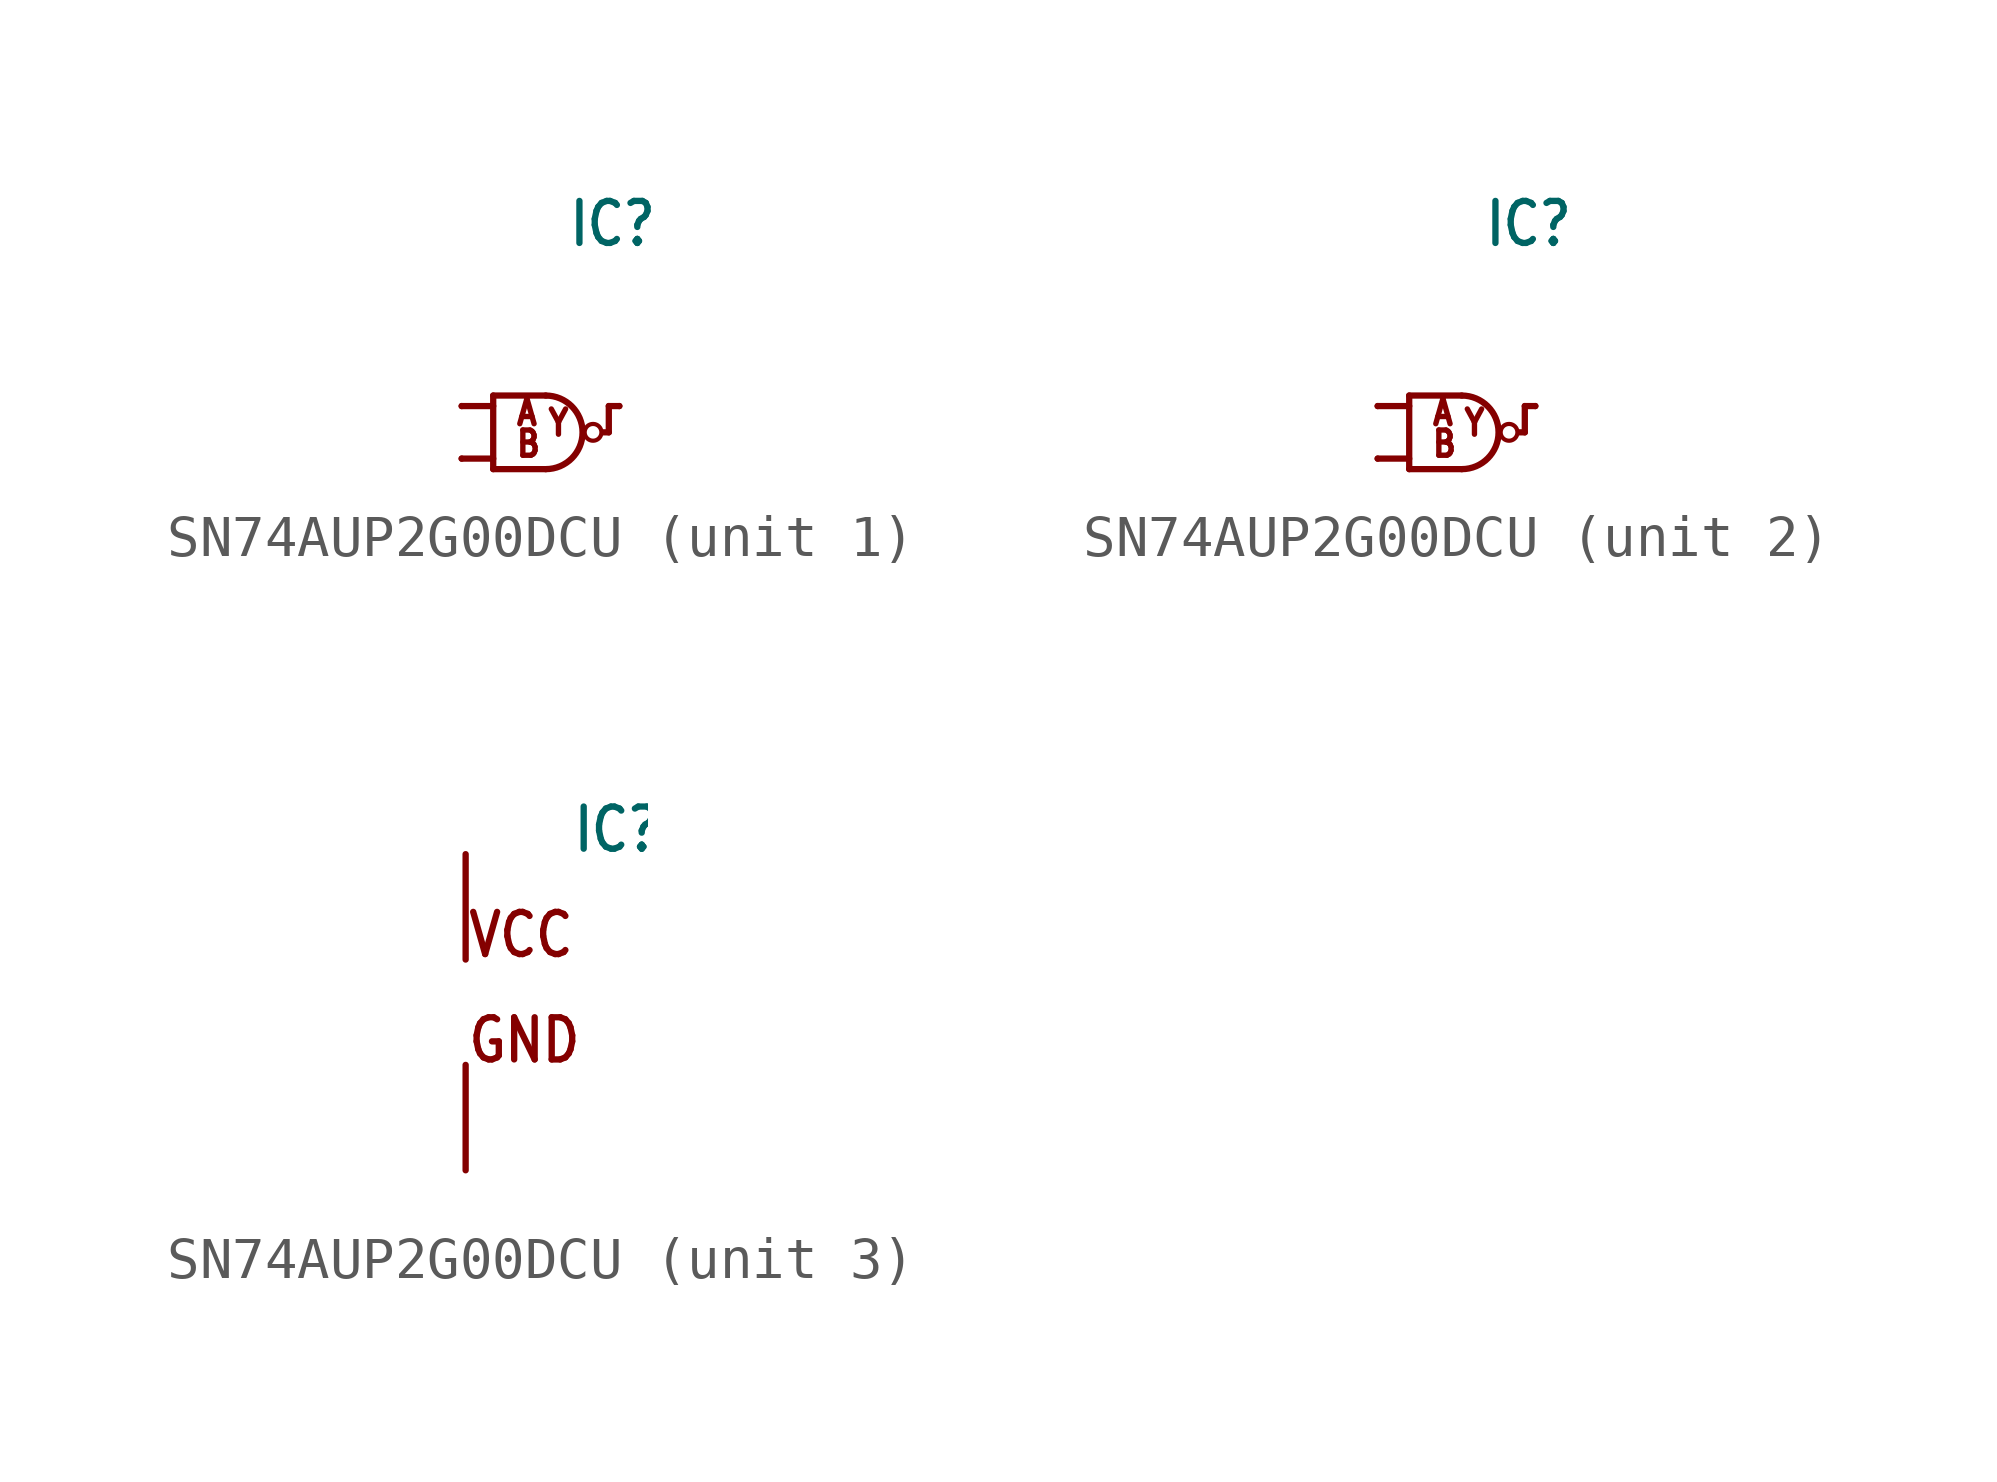
<source format=kicad_sym>
(kicad_symbol_lib
  (version 20211014)
  (generator kicad_symbol_editor)
  (symbol "SN74AUP2G00DCU"
    (property "Reference" "IC"
      (at 2.54 5.08 0)
      (effects (font (size 1.016 0.864)) (justify left bottom)))
    (property "ki_locked" ""
      (at 0 0 0)
      (effects (font (size 1.27 1.27))))
    (symbol "SN74AUP2G00DCU_1_0"
      (polyline (pts (xy 0 0) (xy 0.762 0)) (stroke (width 0.152) (type default) (color 0 0 0 0)) (fill (type none)))
      (polyline (pts (xy 0 1.27) (xy 0.762 1.27)) (stroke (width 0.152) (type default) (color 0 0 0 0)) (fill (type none)))
      (polyline (pts (xy 0.762 -0.254) (xy 2.032 -0.254)) (stroke (width 0.152) (type default) (color 0 0 0 0)) (fill (type none)))
      (polyline (pts (xy 0.762 1.524) (xy 0.762 -0.254)) (stroke (width 0.152) (type default) (color 0 0 0 0)) (fill (type none)))
      (polyline (pts (xy 0.762 1.524) (xy 2.032 1.524)) (stroke (width 0.152) (type default) (color 0 0 0 0)) (fill (type none)))
      (polyline (pts (xy 3.429 0.635) (xy 3.556 0.635)) (stroke (width 0.152) (type default) (color 0 0 0 0)) (fill (type none)))
      (polyline (pts (xy 3.556 1.27) (xy 3.556 0.635)) (stroke (width 0.152) (type default) (color 0 0 0 0)) (fill (type none)))
      (polyline (pts (xy 3.556 1.27) (xy 3.81 1.27)) (stroke (width 0.152) (type default) (color 0 0 0 0)) (fill (type none)))
      (arc (start 2.032 -0.254) (mid 2.921 0.635) (end 2.032 1.524) (stroke (width 0.1524) (type default) (color 0 0 0 0)) (fill (type none)))
      (circle (center 3.175 0.635) (radius 0.203) (stroke (width 0.102) (type default) (color 0 0 0 0)) (fill (type none)))
      (text "A" (at 1.27 0.762 0) (effects (font (size 0.61 0.518)) (justify left bottom)))
      (text "B" (at 1.27 0 0) (effects (font (size 0.61 0.518)) (justify left bottom)))
      (text "Y" (at 2.032 0.508 0) (effects (font (size 0.61 0.518)) (justify left bottom)))
      (pin input line (at 0 1.27 0) (length 0) (name "A" (effects (font (size 0 0)))) (number "1" (effects (font (size 0 0)))))
      (pin input line (at 0 0 0) (length 0) (name "B" (effects (font (size 0 0)))) (number "2" (effects (font (size 0 0)))))
      (pin output line (at 3.81 1.27 180) (length 0) (name "Y" (effects (font (size 0 0)))) (number "3" (effects (font (size 0 0))))))
    (symbol "SN74AUP2G00DCU_2_0"
      (polyline (pts (xy 0 0) (xy 0.762 0)) (stroke (width 0.152) (type default) (color 0 0 0 0)) (fill (type none)))
      (polyline (pts (xy 0 1.27) (xy 0.762 1.27)) (stroke (width 0.152) (type default) (color 0 0 0 0)) (fill (type none)))
      (polyline (pts (xy 0.762 -0.254) (xy 2.032 -0.254)) (stroke (width 0.152) (type default) (color 0 0 0 0)) (fill (type none)))
      (polyline (pts (xy 0.762 1.524) (xy 0.762 -0.254)) (stroke (width 0.152) (type default) (color 0 0 0 0)) (fill (type none)))
      (polyline (pts (xy 0.762 1.524) (xy 2.032 1.524)) (stroke (width 0.152) (type default) (color 0 0 0 0)) (fill (type none)))
      (polyline (pts (xy 3.429 0.635) (xy 3.556 0.635)) (stroke (width 0.152) (type default) (color 0 0 0 0)) (fill (type none)))
      (polyline (pts (xy 3.556 1.27) (xy 3.556 0.635)) (stroke (width 0.152) (type default) (color 0 0 0 0)) (fill (type none)))
      (polyline (pts (xy 3.556 1.27) (xy 3.81 1.27)) (stroke (width 0.152) (type default) (color 0 0 0 0)) (fill (type none)))
      (arc (start 2.032 -0.254) (mid 2.921 0.635) (end 2.032 1.524) (stroke (width 0.1524) (type default) (color 0 0 0 0)) (fill (type none)))
      (circle (center 3.175 0.635) (radius 0.203) (stroke (width 0.102) (type default) (color 0 0 0 0)) (fill (type none)))
      (text "A" (at 1.27 0.762 0) (effects (font (size 0.61 0.518)) (justify left bottom)))
      (text "B" (at 1.27 0 0) (effects (font (size 0.61 0.518)) (justify left bottom)))
      (text "Y" (at 2.032 0.508 0) (effects (font (size 0.61 0.518)) (justify left bottom)))
      (pin input line (at 0 1.27 0) (length 0) (name "A" (effects (font (size 0 0)))) (number "5" (effects (font (size 0 0)))))
      (pin input line (at 0 0 0) (length 0) (name "B" (effects (font (size 0 0)))) (number "6" (effects (font (size 0 0)))))
      (pin output line (at 3.81 1.27 180) (length 0) (name "Y" (effects (font (size 0 0)))) (number "7" (effects (font (size 0 0))))))
    (symbol "SN74AUP2G00DCU_3_0"
      (text "GND" (at 0 0 0) (effects (font (size 1.016 0.864)) (justify left bottom)))
      (text "VCC" (at 0 2.54 0) (effects (font (size 1.016 0.864)) (justify left bottom)))
      (pin power_in line (at 0 -2.54 90) (length 2.54) (name "GND" (effects (font (size 0 0)))) (number "4" (effects (font (size 0 0)))))
      (pin power_in line (at 0 5.08 270) (length 2.54) (name "VCC" (effects (font (size 0 0)))) (number "8" (effects (font (size 0 0))))))))
</source>
